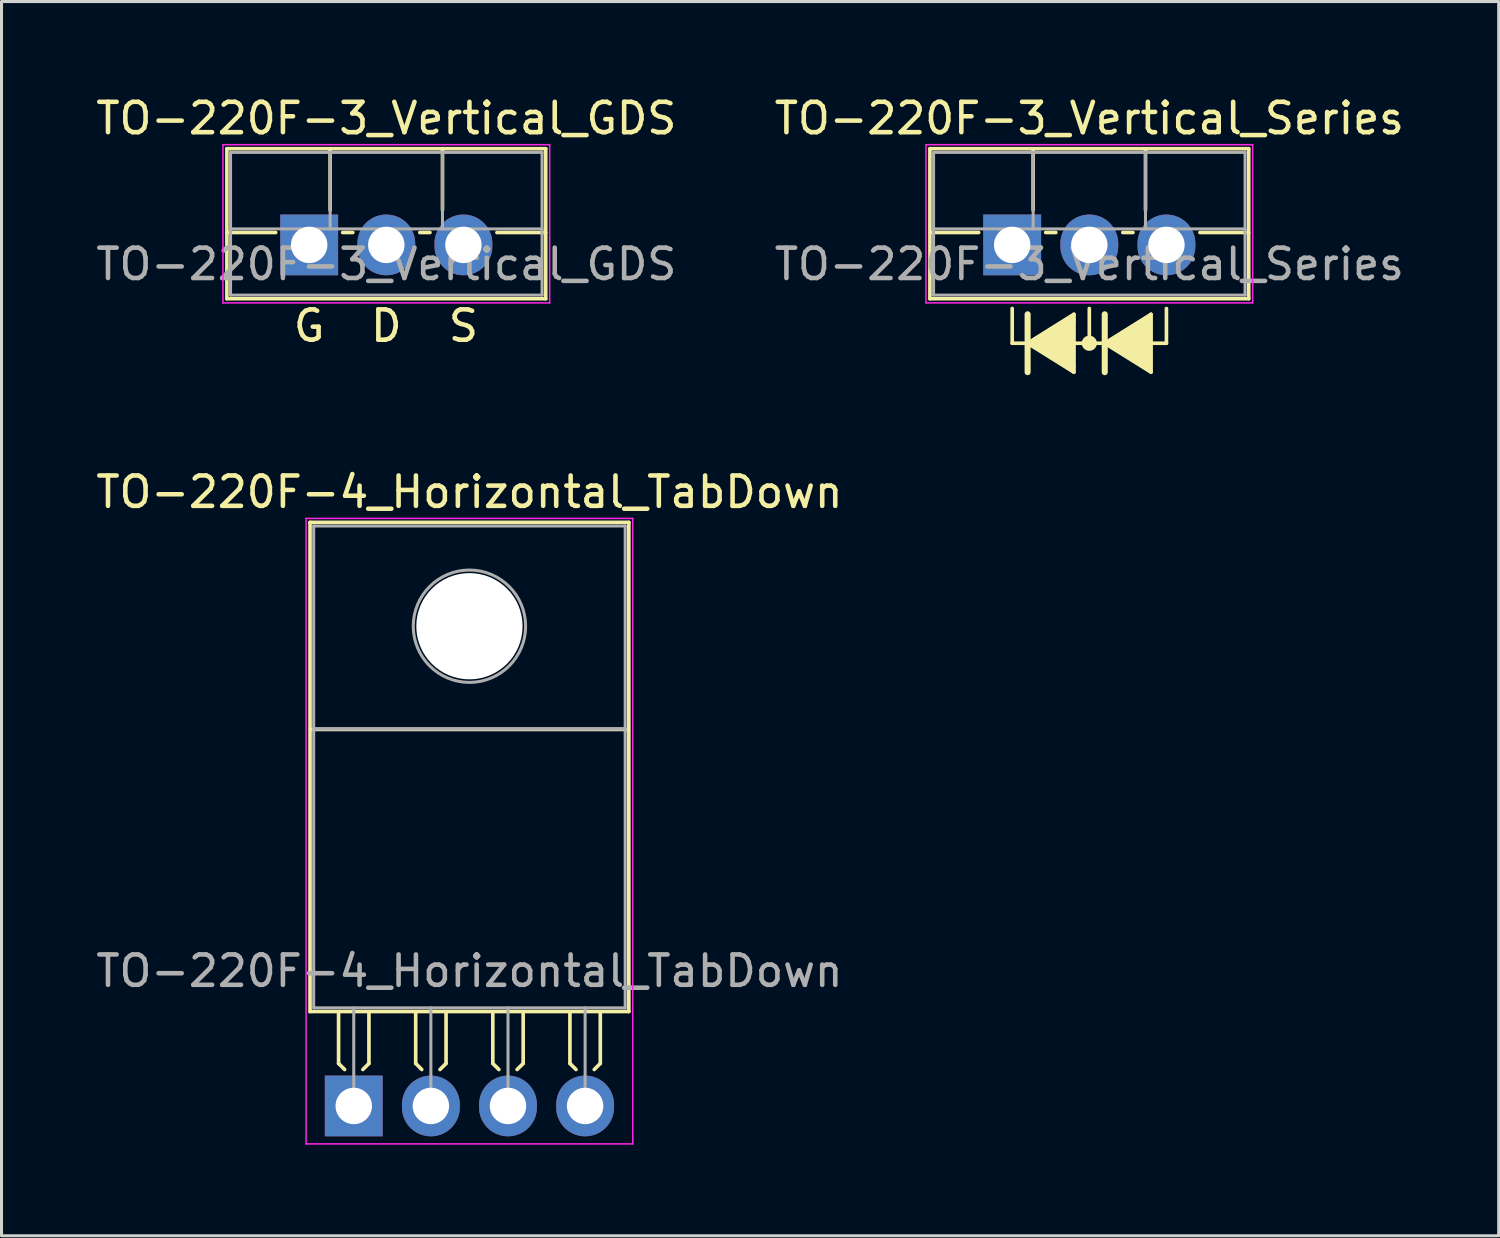
<source format=kicad_pcb>
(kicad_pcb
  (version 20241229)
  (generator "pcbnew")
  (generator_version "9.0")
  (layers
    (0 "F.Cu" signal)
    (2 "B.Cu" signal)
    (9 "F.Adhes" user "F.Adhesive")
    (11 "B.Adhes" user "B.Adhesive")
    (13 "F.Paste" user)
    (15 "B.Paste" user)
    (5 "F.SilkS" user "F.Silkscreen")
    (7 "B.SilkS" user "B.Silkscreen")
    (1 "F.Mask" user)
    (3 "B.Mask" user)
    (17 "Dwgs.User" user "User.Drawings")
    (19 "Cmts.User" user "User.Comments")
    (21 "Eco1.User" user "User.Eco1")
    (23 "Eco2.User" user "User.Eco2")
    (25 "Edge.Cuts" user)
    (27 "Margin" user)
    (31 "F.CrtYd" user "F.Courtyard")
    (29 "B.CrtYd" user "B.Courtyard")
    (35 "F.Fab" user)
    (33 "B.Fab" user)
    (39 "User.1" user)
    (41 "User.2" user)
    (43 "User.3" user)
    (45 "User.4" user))
  (footprint "TO-220F-3_Vertical_Series"
    (layer "F.Cu")
    (at 30.287 5.016)
    (property "Reference" "TO-220F-3_Vertical_Series" (at 2.54 -4.168 0) (layer "F.SilkS") (effects (font (size 1 1) (thickness 0.15))))
    (attr through_hole)
    (fp_line (start -2.71 -3.168) (end -2.71 1.773) (stroke (width 0.12) (type solid)) (layer "F.SilkS"))
    (fp_line (start -2.71 -3.168) (end 7.79 -3.168) (stroke (width 0.12) (type solid)) (layer "F.SilkS"))
    (fp_line (start -2.71 -0.408) (end -1.103 -0.408) (stroke (width 0.12) (type solid)) (layer "F.SilkS"))
    (fp_line (start -2.71 1.773) (end 7.79 1.773) (stroke (width 0.12) (type solid)) (layer "F.SilkS"))
    (fp_line (start 0 2.095) (end 0 3.239) (stroke (width 0.12) (type solid)) (layer "F.SilkS"))
    (fp_line (start 0 3.239) (end 0.508 3.239) (stroke (width 0.12) (type solid)) (layer "F.SilkS"))
    (fp_line (start 0.508 2.286) (end 0.508 4.191) (stroke (width 0.2) (type solid)) (layer "F.SilkS"))
    (fp_line (start 0.508 3.239) (end 2.032 2.286) (stroke (width 0.12) (type solid)) (layer "F.SilkS"))
    (fp_line (start 0.508 3.239) (end 2.032 4.191) (stroke (width 0.12) (type solid)) (layer "F.SilkS"))
    (fp_line (start 0.69 -3.168) (end 0.69 -1.15) (stroke (width 0.12) (type solid)) (layer "F.SilkS"))
    (fp_line (start 1.103 -0.408) (end 1.438 -0.408) (stroke (width 0.12) (type solid)) (layer "F.SilkS"))
    (fp_line (start 2.032 2.477) (end 2.032 2.286) (stroke (width 0.12) (type solid)) (layer "F.SilkS"))
    (fp_line (start 2.032 4) (end 2.032 2.477) (stroke (width 0.12) (type solid)) (layer "F.SilkS"))
    (fp_line (start 2.032 4) (end 2.032 4.191) (stroke (width 0.12) (type solid)) (layer "F.SilkS"))
    (fp_line (start 2.54 2.095) (end 2.54 3.239) (stroke (width 0.12) (type solid)) (layer "F.SilkS"))
    (fp_line (start 2.54 3.239) (end 2.032 3.239) (stroke (width 0.12) (type solid)) (layer "F.SilkS"))
    (fp_line (start 2.54 3.239) (end 3.048 3.239) (stroke (width 0.12) (type solid)) (layer "F.SilkS"))
    (fp_line (start 3.048 2.286) (end 3.048 4.191) (stroke (width 0.2) (type solid)) (layer "F.SilkS"))
    (fp_line (start 3.048 3.239) (end 4.572 4.191) (stroke (width 0.12) (type solid)) (layer "F.SilkS"))
    (fp_line (start 3.643 -0.408) (end 3.978 -0.408) (stroke (width 0.12) (type solid)) (layer "F.SilkS"))
    (fp_line (start 4.391 -3.168) (end 4.391 -1.15) (stroke (width 0.12) (type solid)) (layer "F.SilkS"))
    (fp_line (start 4.572 2.286) (end 3.048 3.239) (stroke (width 0.12) (type solid)) (layer "F.SilkS"))
    (fp_line (start 4.572 4.191) (end 4.572 2.286) (stroke (width 0.12) (type solid)) (layer "F.SilkS"))
    (fp_line (start 5.08 2.095) (end 5.08 3.239) (stroke (width 0.12) (type solid)) (layer "F.SilkS"))
    (fp_line (start 5.08 3.239) (end 4.572 3.239) (stroke (width 0.12) (type solid)) (layer "F.SilkS"))
    (fp_line (start 6.183 -0.408) (end 7.79 -0.408) (stroke (width 0.12) (type solid)) (layer "F.SilkS"))
    (fp_line (start 7.79 -3.168) (end 7.79 1.773) (stroke (width 0.12) (type solid)) (layer "F.SilkS"))
    (fp_circle (center 2.54 3.239) (end 2.54 3.302) (stroke (width 0.12) (type solid)) (fill no) (layer "F.SilkS"))
    (fp_circle (center 2.54 3.239) (end 2.54 3.365) (stroke (width 0.12) (type solid)) (fill no) (layer "F.SilkS"))
    (fp_circle (center 2.54 3.239) (end 2.54 3.429) (stroke (width 0.12) (type solid)) (fill no) (layer "F.SilkS"))
    (fp_poly (pts (xy 0.508 3.239) (xy 2.032 2.286) (xy 2.032 4.191)) (stroke (width 0.1) (type solid)) (fill yes) (layer "F.SilkS"))
    (fp_poly (pts (xy 4.572 4.191) (xy 3.048 3.239) (xy 4.572 2.286)) (stroke (width 0.1) (type solid)) (fill yes) (layer "F.SilkS"))
    (fp_line (start -2.84 -3.3) (end -2.84 1.91) (stroke (width 0.05) (type solid)) (layer "F.CrtYd"))
    (fp_line (start -2.84 1.91) (end 7.92 1.91) (stroke (width 0.05) (type solid)) (layer "F.CrtYd"))
    (fp_line (start 7.92 -3.3) (end -2.84 -3.3) (stroke (width 0.05) (type solid)) (layer "F.CrtYd"))
    (fp_line (start 7.92 1.91) (end 7.92 -3.3) (stroke (width 0.05) (type solid)) (layer "F.CrtYd"))
    (fp_line (start -2.59 -3.047) (end -2.59 1.653) (stroke (width 0.1) (type solid)) (layer "F.Fab"))
    (fp_line (start -2.59 -0.527) (end 7.67 -0.527) (stroke (width 0.1) (type solid)) (layer "F.Fab"))
    (fp_line (start -2.59 1.653) (end 7.67 1.653) (stroke (width 0.1) (type solid)) (layer "F.Fab"))
    (fp_line (start 0.69 -3.047) (end 0.69 -0.527) (stroke (width 0.1) (type solid)) (layer "F.Fab"))
    (fp_line (start 4.39 -3.047) (end 4.39 -0.527) (stroke (width 0.1) (type solid)) (layer "F.Fab"))
    (fp_line (start 7.67 -3.047) (end -2.59 -3.047) (stroke (width 0.1) (type solid)) (layer "F.Fab"))
    (fp_line (start 7.67 1.653) (end 7.67 -3.047) (stroke (width 0.1) (type solid)) (layer "F.Fab"))
    (fp_text user "${REFERENCE}" (at 2.54 0.635 0) (layer "F.Fab") (effects (font (size 1 1) (thickness 0.15))))
    (pad "1" thru_hole rect (at 0 0) (size 1.905 2) (drill 1.2) (layers "*.Cu" "*.Mask"))
    (pad "2" thru_hole oval (at 2.54 0) (size 1.905 2) (drill 1.2) (layers "*.Cu" "*.Mask"))
    (pad "3" thru_hole oval (at 5.08 0) (size 1.905 2) (drill 1.2) (layers "*.Cu" "*.Mask")))
  (footprint "TO-220F-4_Horizontal_TabDown"
    (layer "F.Cu")
    (at 8.601 33.375)
    (property "Reference" "TO-220F-4_Horizontal_TabDown" (at 3.81 -20.22 0) (layer "F.SilkS") (effects (font (size 1 1) (thickness 0.15))))
    (attr through_hole)
    (fp_line (start -1.44 -19.22) (end -1.44 -3.11) (stroke (width 0.12) (type solid)) (layer "F.SilkS"))
    (fp_line (start -1.44 -19.22) (end 9.06 -19.22) (stroke (width 0.12) (type solid)) (layer "F.SilkS"))
    (fp_line (start -1.44 -3.11) (end 9.06 -3.11) (stroke (width 0.12) (type solid)) (layer "F.SilkS"))
    (fp_line (start -1.43 -12.4) (end 9.02 -12.4) (stroke (width 0.12) (type solid)) (layer "F.SilkS"))
    (fp_line (start -0.5 -3.048) (end -0.5 -1.4) (stroke (width 0.12) (type solid)) (layer "F.SilkS"))
    (fp_line (start -0.5 -1.4) (end -0.3 -1.2) (stroke (width 0.12) (type solid)) (layer "F.SilkS"))
    (fp_line (start 0.5 -3.048) (end 0.5 -1.4) (stroke (width 0.12) (type solid)) (layer "F.SilkS"))
    (fp_line (start 0.5 -1.4) (end 0.3 -1.2) (stroke (width 0.12) (type solid)) (layer "F.SilkS"))
    (fp_line (start 2.04 -3.048) (end 2.04 -1.4) (stroke (width 0.12) (type solid)) (layer "F.SilkS"))
    (fp_line (start 2.04 -1.4) (end 2.24 -1.2) (stroke (width 0.12) (type solid)) (layer "F.SilkS"))
    (fp_line (start 3.04 -3.048) (end 3.04 -1.4) (stroke (width 0.12) (type solid)) (layer "F.SilkS"))
    (fp_line (start 3.04 -1.4) (end 2.84 -1.2) (stroke (width 0.12) (type solid)) (layer "F.SilkS"))
    (fp_line (start 4.58 -3.048) (end 4.58 -1.4) (stroke (width 0.12) (type solid)) (layer "F.SilkS"))
    (fp_line (start 4.58 -1.4) (end 4.78 -1.2) (stroke (width 0.12) (type solid)) (layer "F.SilkS"))
    (fp_line (start 5.58 -3.048) (end 5.58 -1.4) (stroke (width 0.12) (type solid)) (layer "F.SilkS"))
    (fp_line (start 5.58 -1.4) (end 5.38 -1.2) (stroke (width 0.12) (type solid)) (layer "F.SilkS"))
    (fp_line (start 7.12 -3.048) (end 7.12 -1.4) (stroke (width 0.12) (type solid)) (layer "F.SilkS"))
    (fp_line (start 7.12 -1.4) (end 7.32 -1.2) (stroke (width 0.12) (type solid)) (layer "F.SilkS"))
    (fp_line (start 8.12 -3.048) (end 8.12 -1.4) (stroke (width 0.12) (type solid)) (layer "F.SilkS"))
    (fp_line (start 8.12 -1.4) (end 7.92 -1.2) (stroke (width 0.12) (type solid)) (layer "F.SilkS"))
    (fp_line (start 9.06 -19.22) (end 9.06 -3.11) (stroke (width 0.12) (type solid)) (layer "F.SilkS"))
    (fp_line (start -1.57 -19.35) (end -1.57 1.25) (stroke (width 0.05) (type solid)) (layer "F.CrtYd"))
    (fp_line (start -1.57 1.25) (end 9.19 1.25) (stroke (width 0.05) (type solid)) (layer "F.CrtYd"))
    (fp_line (start 9.19 -19.35) (end -1.57 -19.35) (stroke (width 0.05) (type solid)) (layer "F.CrtYd"))
    (fp_line (start 9.19 1.25) (end 9.19 -19.35) (stroke (width 0.05) (type solid)) (layer "F.CrtYd"))
    (fp_line (start -1.32 -19.1) (end 8.94 -19.1) (stroke (width 0.1) (type solid)) (layer "F.Fab"))
    (fp_line (start -1.32 -12.42) (end -1.32 -19.1) (stroke (width 0.1) (type solid)) (layer "F.Fab"))
    (fp_line (start -1.32 -12.42) (end 8.94 -12.42) (stroke (width 0.1) (type solid)) (layer "F.Fab"))
    (fp_line (start -1.32 -3.23) (end -1.32 -12.42) (stroke (width 0.1) (type solid)) (layer "F.Fab"))
    (fp_line (start 0 -3.23) (end 0 0) (stroke (width 0.1) (type solid)) (layer "F.Fab"))
    (fp_line (start 2.54 -3.23) (end 2.54 0) (stroke (width 0.1) (type solid)) (layer "F.Fab"))
    (fp_line (start 5.08 -3.23) (end 5.08 0) (stroke (width 0.1) (type solid)) (layer "F.Fab"))
    (fp_line (start 7.62 -3.23) (end 7.62 0) (stroke (width 0.1) (type solid)) (layer "F.Fab"))
    (fp_line (start 8.94 -19.1) (end 8.94 -12.42) (stroke (width 0.1) (type solid)) (layer "F.Fab"))
    (fp_line (start 8.94 -12.42) (end -1.32 -12.42) (stroke (width 0.1) (type solid)) (layer "F.Fab"))
    (fp_line (start 8.94 -12.42) (end 8.94 -3.23) (stroke (width 0.1) (type solid)) (layer "F.Fab"))
    (fp_line (start 8.94 -3.23) (end -1.32 -3.23) (stroke (width 0.1) (type solid)) (layer "F.Fab"))
    (fp_circle (center 3.81 -15.8) (end 5.66 -15.8) (stroke (width 0.1) (type solid)) (fill no) (layer "F.Fab"))
    (fp_text user "${REFERENCE}" (at 3.81 -4.445 0) (layer "F.Fab") (effects (font (size 1 1) (thickness 0.15))))
    (pad "" np_thru_hole oval (at 3.81 -15.8) (size 3.5 3.5) (drill 3.5) (layers "*.Cu" "*.Mask"))
    (pad "1" thru_hole rect (at 0 0) (size 1.905 2) (drill 1.2) (layers "*.Cu" "*.Mask"))
    (pad "2" thru_hole oval (at 2.54 0) (size 1.905 2) (drill 1.2) (layers "*.Cu" "*.Mask"))
    (pad "3" thru_hole oval (at 5.08 0) (size 1.905 2) (drill 1.2) (layers "*.Cu" "*.Mask"))
    (pad "4" thru_hole oval (at 7.62 0) (size 1.905 2) (drill 1.2) (layers "*.Cu" "*.Mask")))
  (footprint "TO-220F-3_Vertical_GDS"
    (layer "F.Cu")
    (at 7.133 5.016)
    (property "Reference" "TO-220F-3_Vertical_GDS" (at 2.54 -4.168 0) (layer "F.SilkS") (effects (font (size 1 1) (thickness 0.15))))
    (fp_line (start -2.71 -3.168) (end -2.71 1.773) (stroke (width 0.12) (type solid)) (layer "F.SilkS"))
    (fp_line (start -2.71 -3.168) (end 7.79 -3.168) (stroke (width 0.12) (type solid)) (layer "F.SilkS"))
    (fp_line (start -2.71 -0.408) (end -1.103 -0.408) (stroke (width 0.12) (type solid)) (layer "F.SilkS"))
    (fp_line (start -2.71 1.773) (end 7.79 1.773) (stroke (width 0.12) (type solid)) (layer "F.SilkS"))
    (fp_line (start 0.69 -3.168) (end 0.69 -1.15) (stroke (width 0.12) (type solid)) (layer "F.SilkS"))
    (fp_line (start 1.103 -0.408) (end 1.438 -0.408) (stroke (width 0.12) (type solid)) (layer "F.SilkS"))
    (fp_line (start 3.643 -0.408) (end 3.978 -0.408) (stroke (width 0.12) (type solid)) (layer "F.SilkS"))
    (fp_line (start 4.391 -3.168) (end 4.391 -1.15) (stroke (width 0.12) (type solid)) (layer "F.SilkS"))
    (fp_line (start 6.183 -0.408) (end 7.79 -0.408) (stroke (width 0.12) (type solid)) (layer "F.SilkS"))
    (fp_line (start 7.79 -3.168) (end 7.79 1.773) (stroke (width 0.12) (type solid)) (layer "F.SilkS"))
    (fp_line (start -2.84 -3.3) (end -2.84 1.91) (stroke (width 0.05) (type solid)) (layer "F.CrtYd"))
    (fp_line (start -2.84 1.91) (end 7.92 1.91) (stroke (width 0.05) (type solid)) (layer "F.CrtYd"))
    (fp_line (start 7.92 -3.3) (end -2.84 -3.3) (stroke (width 0.05) (type solid)) (layer "F.CrtYd"))
    (fp_line (start 7.92 1.91) (end 7.92 -3.3) (stroke (width 0.05) (type solid)) (layer "F.CrtYd"))
    (fp_line (start -2.59 -3.047) (end -2.59 1.653) (stroke (width 0.1) (type solid)) (layer "F.Fab"))
    (fp_line (start -2.59 -0.527) (end 7.67 -0.527) (stroke (width 0.1) (type solid)) (layer "F.Fab"))
    (fp_line (start -2.59 1.653) (end 7.67 1.653) (stroke (width 0.1) (type solid)) (layer "F.Fab"))
    (fp_line (start 0.69 -3.047) (end 0.69 -0.527) (stroke (width 0.1) (type solid)) (layer "F.Fab"))
    (fp_line (start 4.39 -3.047) (end 4.39 -0.527) (stroke (width 0.1) (type solid)) (layer "F.Fab"))
    (fp_line (start 7.67 -3.047) (end -2.59 -3.047) (stroke (width 0.1) (type solid)) (layer "F.Fab"))
    (fp_line (start 7.67 1.653) (end 7.67 -3.047) (stroke (width 0.1) (type solid)) (layer "F.Fab"))
    (fp_text user "S" (at 5.08 2.667 0) (unlocked yes) (layer "F.SilkS") (effects (font (size 1 1) (thickness 0.15))))
    (fp_text user "D" (at 2.54 2.667 0) (unlocked yes) (layer "F.SilkS") (effects (font (size 1 1) (thickness 0.15))))
    (fp_text user "G" (at 0 2.667 0) (unlocked yes) (layer "F.SilkS") (effects (font (size 1 1) (thickness 0.15))))
    (fp_text user "${REFERENCE}" (at 2.54 0.635 0) (layer "F.Fab") (effects (font (size 1 1) (thickness 0.15))))
    (pad "1" thru_hole rect (at 0 0) (size 1.905 2) (drill 1.2) (layers "*.Cu" "*.Mask"))
    (pad "2" thru_hole oval (at 2.54 0) (size 1.905 2) (drill 1.2) (layers "*.Cu" "*.Mask"))
    (pad "3" thru_hole oval (at 5.08 0) (size 1.905 2) (drill 1.2) (layers "*.Cu" "*.Mask")))
  (gr_rect
    (start -3 -3)
    (end 46.31 37.65)
    (stroke (width 0.1) (type default))
    (fill no)
    (layer "Edge.Cuts")))
</source>
